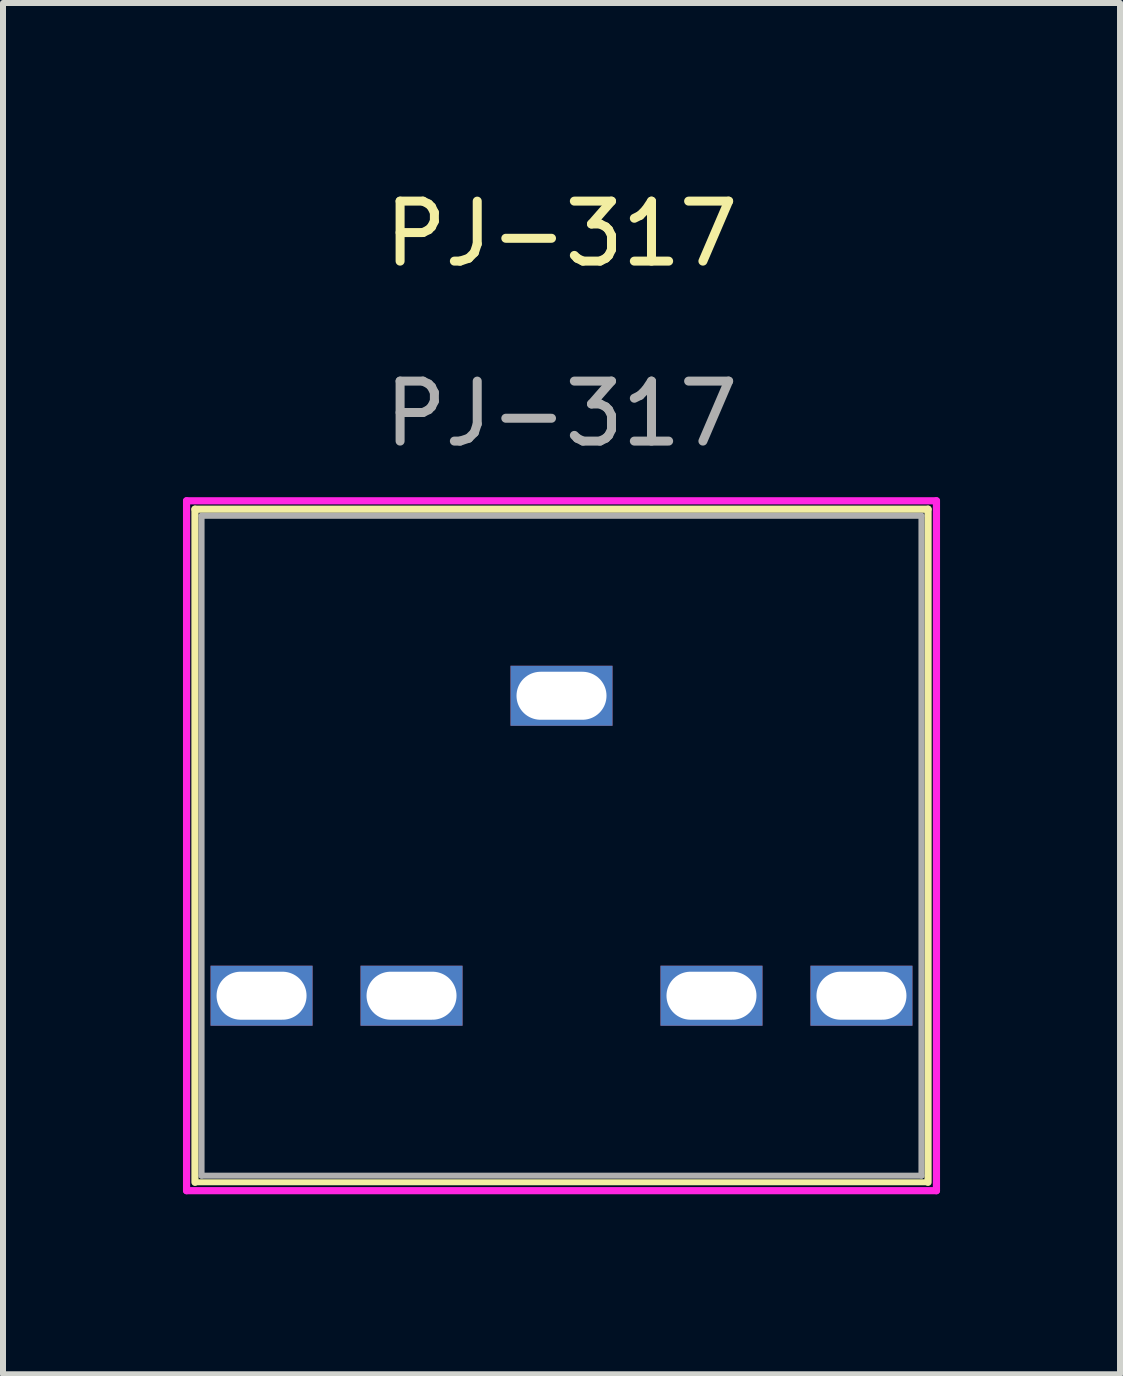
<source format=kicad_pcb>
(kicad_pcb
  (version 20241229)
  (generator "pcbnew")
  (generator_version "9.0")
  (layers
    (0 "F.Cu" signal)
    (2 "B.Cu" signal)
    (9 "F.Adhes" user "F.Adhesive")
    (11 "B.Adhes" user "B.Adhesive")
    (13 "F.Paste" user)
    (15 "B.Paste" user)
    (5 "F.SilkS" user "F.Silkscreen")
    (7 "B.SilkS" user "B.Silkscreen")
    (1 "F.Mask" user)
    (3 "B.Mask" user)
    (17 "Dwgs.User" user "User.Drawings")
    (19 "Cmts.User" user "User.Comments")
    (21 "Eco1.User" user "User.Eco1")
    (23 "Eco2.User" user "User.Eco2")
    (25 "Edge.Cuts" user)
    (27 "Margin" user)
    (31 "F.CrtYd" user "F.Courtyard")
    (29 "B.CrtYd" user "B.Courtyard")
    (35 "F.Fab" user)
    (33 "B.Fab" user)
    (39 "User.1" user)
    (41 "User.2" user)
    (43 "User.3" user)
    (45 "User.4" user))
  (footprint "PJ-317"
    (layer "F.Cu")
    (at 6.31 13.548)
    (property "Reference" "PJ-317" (at 0 -12.7 0) (unlocked yes) (layer "F.SilkS") (effects (font (size 1 1) (thickness 0.15))))
    (attr smd)
    (fp_line (start -6.11 -8.11) (end -6.11 3.11) (stroke (width 0.12) (type solid)) (layer "F.SilkS"))
    (fp_line (start -6.11 -8.11) (end 6.11 -8.11) (stroke (width 0.12) (type solid)) (layer "F.SilkS"))
    (fp_line (start -6.11 3.11) (end 6.11 3.11) (stroke (width 0.1) (type solid)) (layer "F.SilkS"))
    (fp_line (start 6.11 -8.11) (end 6.11 3.11) (stroke (width 0.12) (type solid)) (layer "F.SilkS"))
    (fp_line (start -6.25 -8.25) (end -6.25 3.25) (stroke (width 0.12) (type solid)) (layer "F.CrtYd"))
    (fp_line (start -6.25 -8.25) (end 6.25 -8.25) (stroke (width 0.12) (type solid)) (layer "F.CrtYd"))
    (fp_line (start -6.25 3.25) (end 6.25 3.25) (stroke (width 0.12) (type solid)) (layer "F.CrtYd"))
    (fp_line (start 6.25 -8.25) (end 6.25 3.25) (stroke (width 0.12) (type solid)) (layer "F.CrtYd"))
    (fp_line (start -6 -8) (end -6 3) (stroke (width 0.1) (type solid)) (layer "F.Fab"))
    (fp_line (start -6 -8) (end 6 -8) (stroke (width 0.1) (type solid)) (layer "F.Fab"))
    (fp_line (start -6 3) (end 6 3) (stroke (width 0.1) (type solid)) (layer "F.Fab"))
    (fp_line (start 6 3) (end 6 -8) (stroke (width 0.1) (type solid)) (layer "F.Fab"))
    (fp_text user "${REFERENCE}" (at 0 -9.7 0) (unlocked yes) (layer "F.Fab") (effects (font (size 1 1) (thickness 0.15))))
    (pad "1" thru_hole rect (at 0 -5) (size 1.7 1) (drill oval 1.5 0.8) (layers "*.Cu" "*.Mask"))
    (pad "2" thru_hole rect (at -5 0) (size 1.7 1) (drill oval 1.5 0.8) (layers "*.Cu" "*.Mask"))
    (pad "3" thru_hole rect (at -2.5 0) (size 1.7 1) (drill oval 1.5 0.8) (layers "*.Cu" "*.Mask"))
    (pad "4" thru_hole rect (at 2.5 0) (size 1.7 1) (drill oval 1.5 0.8) (layers "*.Cu" "*.Mask"))
    (pad "5" thru_hole rect (at 5 0) (size 1.7 1) (drill oval 1.5 0.8) (layers "*.Cu" "*.Mask")))
  (gr_rect
    (start -3 -3)
    (end 15.62 19.858)
    (stroke (width 0.1) (type default))
    (fill no)
    (layer "Edge.Cuts")))
</source>
